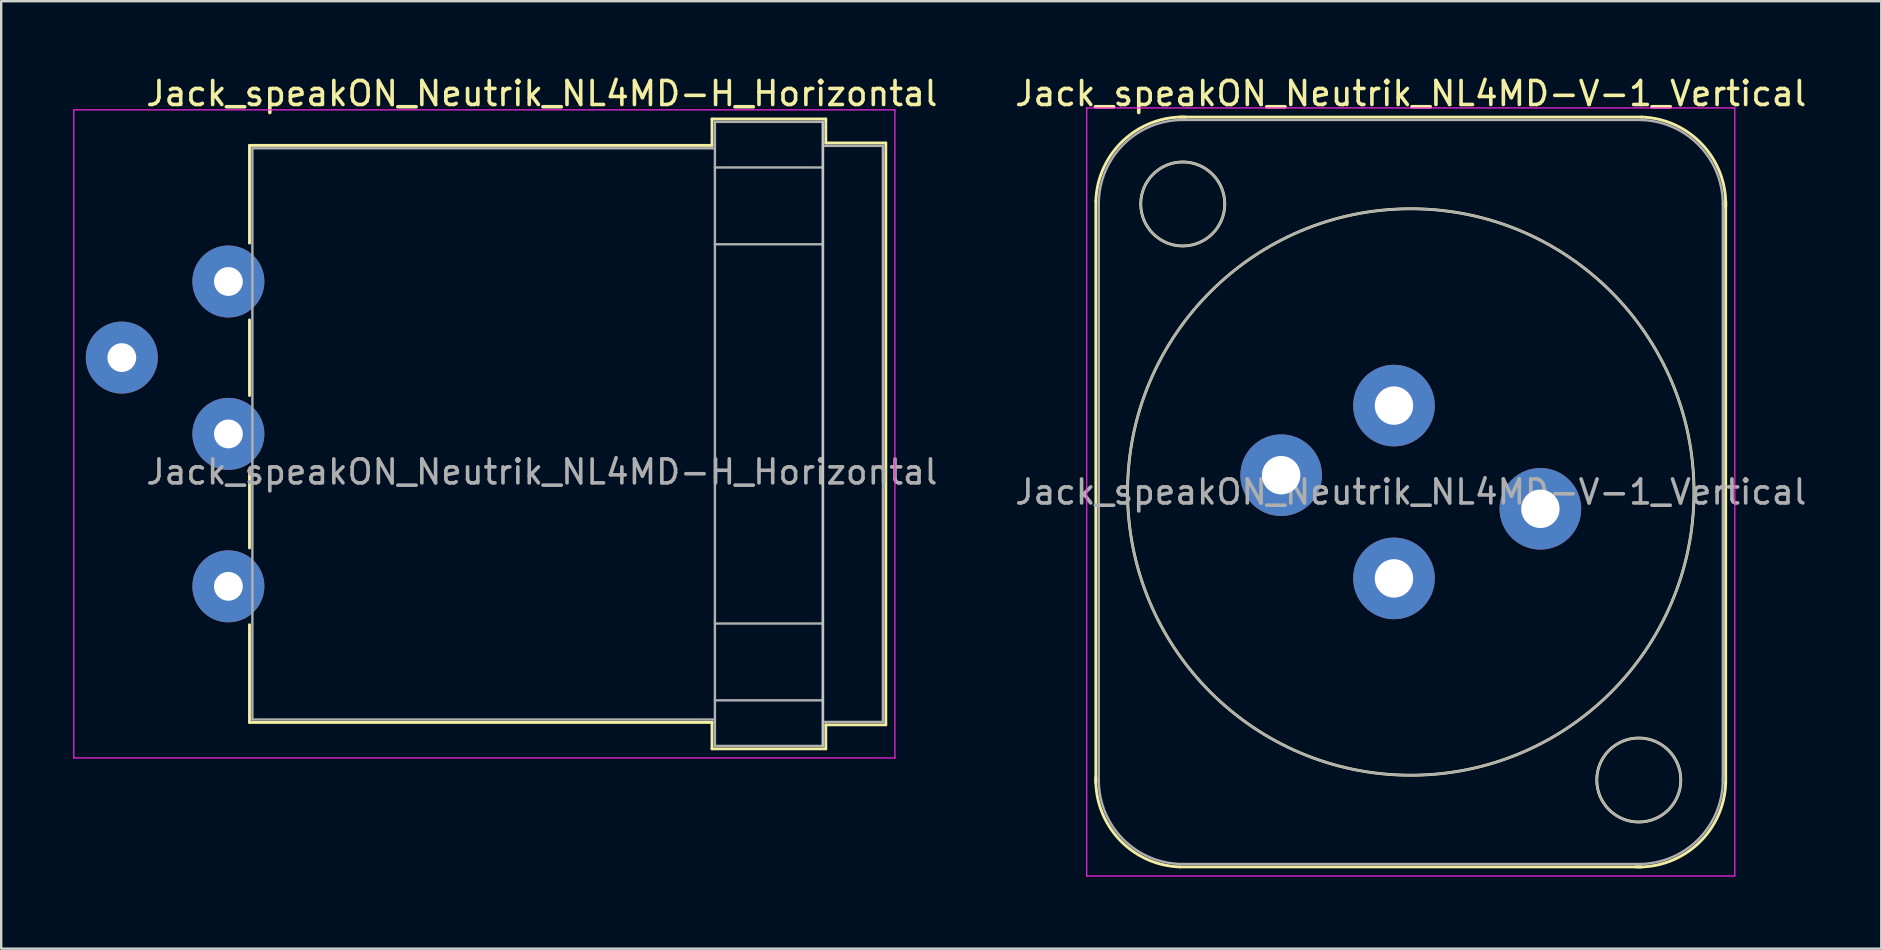
<source format=kicad_pcb>
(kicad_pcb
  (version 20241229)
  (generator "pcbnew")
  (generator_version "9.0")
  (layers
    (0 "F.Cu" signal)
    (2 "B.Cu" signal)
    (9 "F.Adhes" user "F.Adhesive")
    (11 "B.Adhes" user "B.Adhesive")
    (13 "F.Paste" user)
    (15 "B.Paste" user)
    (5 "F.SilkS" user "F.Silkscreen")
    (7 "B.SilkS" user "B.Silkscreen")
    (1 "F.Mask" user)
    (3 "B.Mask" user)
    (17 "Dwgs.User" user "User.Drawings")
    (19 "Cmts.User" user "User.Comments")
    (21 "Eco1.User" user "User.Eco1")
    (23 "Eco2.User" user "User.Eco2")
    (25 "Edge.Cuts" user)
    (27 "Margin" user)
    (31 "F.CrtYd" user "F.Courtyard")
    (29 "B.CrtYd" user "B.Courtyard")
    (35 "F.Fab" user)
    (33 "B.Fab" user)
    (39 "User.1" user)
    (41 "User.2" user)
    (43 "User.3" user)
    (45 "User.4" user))
  (footprint "Jack_speakON_Neutrik_NL4MD-V-1_Vertical"
    (layer "F.Cu")
    (at 55.027 13.848)
    (property "Reference" "Jack_speakON_Neutrik_NL4MD-V-1_Vertical" (at 0.7 -13 0) (layer "F.SilkS") (effects (font (size 1 1) (thickness 0.15))))
    (attr through_hole)
    (fp_line (start -12.42 15.72) (end -12.42 -8.52) (stroke (width 0.12) (type solid)) (layer "F.SilkS"))
    (fp_line (start -8.92 -12.02) (end 10.32 -12.02) (stroke (width 0.12) (type solid)) (layer "F.SilkS"))
    (fp_line (start -8.92 19.22) (end 10.32 19.22) (stroke (width 0.12) (type solid)) (layer "F.SilkS"))
    (fp_line (start 13.82 15.72) (end 13.82 -8.52) (stroke (width 0.12) (type solid)) (layer "F.SilkS"))
    (fp_arc (start -12.42 -8.52) (mid -11.274874 -11.044579) (end -8.68 -12.02) (stroke (width 0.12) (type solid)) (layer "F.SilkS"))
    (fp_arc (start -8.92 19.22) (mid -11.444579 18.074874) (end -12.42 15.48) (stroke (width 0.12) (type solid)) (layer "F.SilkS"))
    (fp_arc (start 10.32 -12.02) (mid 12.844579 -10.874874) (end 13.82 -8.28) (stroke (width 0.12) (type solid)) (layer "F.SilkS"))
    (fp_arc (start 13.82 15.72) (mid 12.674874 18.244579) (end 10.08 19.22) (stroke (width 0.12) (type solid)) (layer "F.SilkS"))
    (fp_circle (center -8.8 -8.4) (end -7.05 -8.4) (stroke (width 0.12) (type solid)) (fill no) (layer "F.SilkS"))
    (fp_circle (center 0.7 3.6) (end 12.5 3.6) (stroke (width 0.12) (type solid)) (fill no) (layer "F.SilkS"))
    (fp_circle (center 10.2 15.6) (end 11.95 15.6) (stroke (width 0.12) (type solid)) (fill no) (layer "F.SilkS"))
    (fp_line (start -12.8 -12.4) (end 14.2 -12.4) (stroke (width 0.05) (type solid)) (layer "F.CrtYd"))
    (fp_line (start -12.8 19.6) (end -12.8 -12.4) (stroke (width 0.05) (type solid)) (layer "F.CrtYd"))
    (fp_line (start -12.8 19.6) (end 14.2 19.6) (stroke (width 0.05) (type solid)) (layer "F.CrtYd"))
    (fp_line (start 14.2 19.6) (end 14.2 -12.4) (stroke (width 0.05) (type solid)) (layer "F.CrtYd"))
    (fp_line (start -12.3 15.6) (end -12.3 -8.4) (stroke (width 0.1) (type solid)) (layer "F.Fab"))
    (fp_line (start -8.8 -11.9) (end 10.2 -11.9) (stroke (width 0.1) (type solid)) (layer "F.Fab"))
    (fp_line (start -8.8 19.1) (end 10.2 19.1) (stroke (width 0.1) (type solid)) (layer "F.Fab"))
    (fp_line (start 13.7 15.6) (end 13.7 -8.4) (stroke (width 0.1) (type solid)) (layer "F.Fab"))
    (fp_arc (start -12.3 -8.4) (mid -11.274874 -10.874874) (end -8.8 -11.9) (stroke (width 0.1) (type solid)) (layer "F.Fab"))
    (fp_arc (start -8.8 19.1) (mid -11.274874 18.074874) (end -12.3 15.6) (stroke (width 0.1) (type solid)) (layer "F.Fab"))
    (fp_arc (start 10.2 -11.9) (mid 12.674874 -10.874874) (end 13.7 -8.4) (stroke (width 0.1) (type solid)) (layer "F.Fab"))
    (fp_arc (start 13.7 15.6) (mid 12.674874 18.074874) (end 10.2 19.1) (stroke (width 0.1) (type solid)) (layer "F.Fab"))
    (fp_circle (center -8.8 -8.4) (end -7.05 -8.4) (stroke (width 0.1) (type solid)) (fill no) (layer "F.Fab"))
    (fp_circle (center 0.7 3.6) (end 12.5 3.6) (stroke (width 0.1) (type solid)) (fill no) (layer "F.Fab"))
    (fp_circle (center 10.2 15.6) (end 8.45 15.6) (stroke (width 0.1) (type solid)) (fill no) (layer "F.Fab"))
    (fp_text user "${REFERENCE}" (at 0.7 3.6 0) (layer "F.Fab") (effects (font (size 1 1) (thickness 0.15))))
    (pad "1+" thru_hole circle (at 0 0) (size 3.4 3.4) (drill 1.6) (layers "*.Cu" "*.Mask"))
    (pad "1-" thru_hole circle (at -4.7 2.9) (size 3.4 3.4) (drill 1.6) (layers "*.Cu" "*.Mask"))
    (pad "2+" thru_hole circle (at 0 7.2) (size 3.4 3.4) (drill 1.6) (layers "*.Cu" "*.Mask"))
    (pad "2-" thru_hole circle (at 6.1 4.3) (size 3.4 3.4) (drill 1.6) (layers "*.Cu" "*.Mask")))
  (footprint "Jack_speakON_Neutrik_NL4MD-H_Horizontal"
    (layer "F.Cu")
    (at 2.025 11.848)
    (property "Reference" "Jack_speakON_Neutrik_NL4MD-H_Horizontal" (at 17.5 -11 0) (layer "F.SilkS") (effects (font (size 1 1) (thickness 0.15))))
    (attr through_hole)
    (fp_line (start 5.32 -8.84) (end 24.59 -8.84) (stroke (width 0.12) (type solid)) (layer "F.SilkS"))
    (fp_line (start 5.32 -4.77) (end 5.32 -8.84) (stroke (width 0.12) (type solid)) (layer "F.SilkS"))
    (fp_line (start 5.32 1.58) (end 5.32 -1.57) (stroke (width 0.12) (type solid)) (layer "F.SilkS"))
    (fp_line (start 5.32 7.93) (end 5.32 4.78) (stroke (width 0.12) (type solid)) (layer "F.SilkS"))
    (fp_line (start 5.32 15.2) (end 5.32 11.13) (stroke (width 0.12) (type solid)) (layer "F.SilkS"))
    (fp_line (start 5.32 15.2) (end 24.6 15.2) (stroke (width 0.12) (type solid)) (layer "F.SilkS"))
    (fp_line (start 24.59 -9.94) (end 24.59 -8.84) (stroke (width 0.12) (type solid)) (layer "F.SilkS"))
    (fp_line (start 24.59 -9.94) (end 29.33 -9.94) (stroke (width 0.12) (type solid)) (layer "F.SilkS"))
    (fp_line (start 24.59 16.3) (end 24.59 15.2) (stroke (width 0.12) (type solid)) (layer "F.SilkS"))
    (fp_line (start 24.59 16.3) (end 29.33 16.3) (stroke (width 0.12) (type solid)) (layer "F.SilkS"))
    (fp_line (start 29.33 -9.94) (end 29.33 -8.94) (stroke (width 0.12) (type solid)) (layer "F.SilkS"))
    (fp_line (start 29.33 16.3) (end 29.33 15.3) (stroke (width 0.12) (type solid)) (layer "F.SilkS"))
    (fp_line (start 31.83 -8.94) (end 29.33 -8.94) (stroke (width 0.12) (type solid)) (layer "F.SilkS"))
    (fp_line (start 31.83 15.3) (end 29.33 15.3) (stroke (width 0.12) (type solid)) (layer "F.SilkS"))
    (fp_line (start 31.83 15.3) (end 31.83 -8.94) (stroke (width 0.12) (type solid)) (layer "F.SilkS"))
    (fp_line (start 29.21 16.18) (end 29.21 -9.82) (stroke (width 0.1) (type solid)) (layer "Dwgs.User"))
    (fp_line (start -2 16.68) (end -2 -10.32) (stroke (width 0.05) (type solid)) (layer "F.CrtYd"))
    (fp_line (start -2 16.68) (end 32.21 16.68) (stroke (width 0.05) (type solid)) (layer "F.CrtYd"))
    (fp_line (start 32.21 -10.32) (end -2 -10.32) (stroke (width 0.05) (type solid)) (layer "F.CrtYd"))
    (fp_line (start 32.21 -10.32) (end 32.21 16.68) (stroke (width 0.05) (type solid)) (layer "F.CrtYd"))
    (fp_line (start 5.44 -8.72) (end 24.71 -8.72) (stroke (width 0.1) (type solid)) (layer "F.Fab"))
    (fp_line (start 5.44 15.08) (end 5.44 -8.72) (stroke (width 0.1) (type solid)) (layer "F.Fab"))
    (fp_line (start 5.44 15.08) (end 24.71 15.08) (stroke (width 0.1) (type solid)) (layer "F.Fab"))
    (fp_line (start 24.71 -9.82) (end 29.21 -9.82) (stroke (width 0.1) (type solid)) (layer "F.Fab"))
    (fp_line (start 24.71 -7.92) (end 29.21 -7.92) (stroke (width 0.1) (type solid)) (layer "F.Fab"))
    (fp_line (start 24.71 -4.72) (end 29.21 -4.72) (stroke (width 0.1) (type solid)) (layer "F.Fab"))
    (fp_line (start 24.71 11.08) (end 29.21 11.08) (stroke (width 0.1) (type solid)) (layer "F.Fab"))
    (fp_line (start 24.71 14.28) (end 29.21 14.28) (stroke (width 0.1) (type solid)) (layer "F.Fab"))
    (fp_line (start 24.71 16.18) (end 24.71 -9.82) (stroke (width 0.1) (type solid)) (layer "F.Fab"))
    (fp_line (start 24.71 16.18) (end 29.21 16.18) (stroke (width 0.1) (type solid)) (layer "F.Fab"))
    (fp_line (start 29.21 16.18) (end 29.21 -9.82) (stroke (width 0.1) (type solid)) (layer "F.Fab"))
    (fp_line (start 31.71 -8.82) (end 29.21 -8.82) (stroke (width 0.1) (type solid)) (layer "F.Fab"))
    (fp_line (start 31.71 15.18) (end 29.21 15.18) (stroke (width 0.1) (type solid)) (layer "F.Fab"))
    (fp_line (start 31.71 15.18) (end 31.71 -8.82) (stroke (width 0.1) (type solid)) (layer "F.Fab"))
    (fp_text user "${REFERENCE}" (at 17.5 4.765 0) (layer "F.Fab") (effects (font (size 1 1) (thickness 0.15))))
    (pad "1+" thru_hole circle (at 0 0) (size 3 3) (drill 1.2) (layers "*.Cu" "*.Mask"))
    (pad "1-" thru_hole circle (at 4.44 9.53) (size 3 3) (drill 1.2) (layers "*.Cu" "*.Mask"))
    (pad "2+" thru_hole circle (at 4.44 3.18) (size 3 3) (drill 1.2) (layers "*.Cu" "*.Mask"))
    (pad "2-" thru_hole circle (at 4.44 -3.17) (size 3 3) (drill 1.2) (layers "*.Cu" "*.Mask")))
  (gr_rect
    (start -3 -3)
    (end 75.329 36.473)
    (stroke (width 0.1) (type default))
    (fill no)
    (layer "Edge.Cuts")))
</source>
